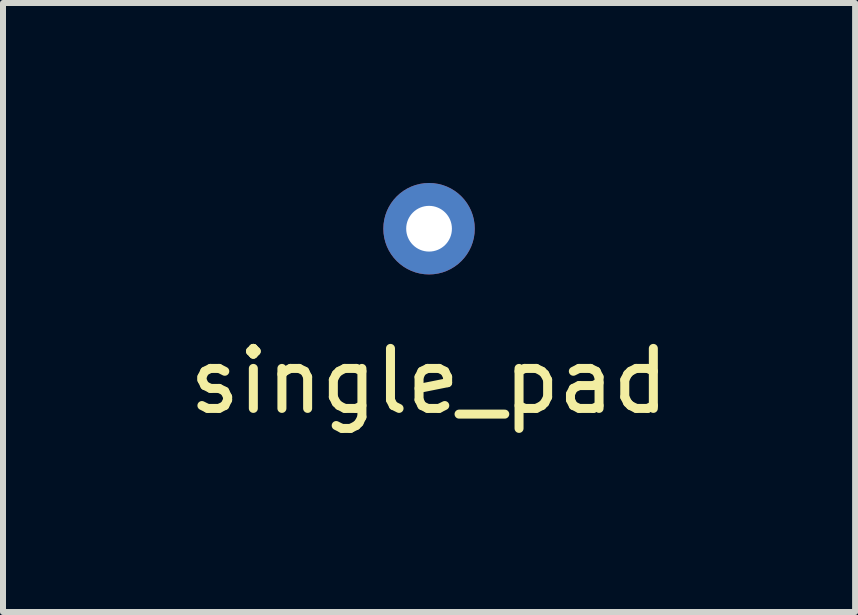
<source format=kicad_pcb>
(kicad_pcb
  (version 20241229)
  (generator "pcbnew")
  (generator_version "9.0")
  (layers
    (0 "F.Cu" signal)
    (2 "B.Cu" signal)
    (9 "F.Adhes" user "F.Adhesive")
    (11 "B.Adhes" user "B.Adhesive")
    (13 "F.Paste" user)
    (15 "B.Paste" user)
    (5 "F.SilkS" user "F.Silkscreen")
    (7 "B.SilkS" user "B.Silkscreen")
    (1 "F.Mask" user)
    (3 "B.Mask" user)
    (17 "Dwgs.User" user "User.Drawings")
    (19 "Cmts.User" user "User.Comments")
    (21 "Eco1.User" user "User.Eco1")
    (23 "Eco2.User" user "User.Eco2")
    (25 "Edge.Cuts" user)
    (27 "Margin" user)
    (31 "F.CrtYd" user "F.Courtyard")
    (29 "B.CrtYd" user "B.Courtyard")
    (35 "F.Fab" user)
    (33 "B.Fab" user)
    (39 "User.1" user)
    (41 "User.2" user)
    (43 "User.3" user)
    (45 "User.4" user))
  (footprint "single_pad"
    (layer "F.Cu")
    (at 4.101 0.762)
    (property "Reference" "single_pad" (at 0 2.54 0) (layer "F.SilkS") (effects (font (size 1 1) (thickness 0.15))))
    (attr through_hole)
    (pad "1" thru_hole circle (at 0 0) (size 1.524 1.524) (drill 0.762) (layers "*.Cu" "*.Mask")))
  (gr_rect
    (start -3 -3)
    (end 11.202 7.15)
    (stroke (width 0.1) (type default))
    (fill no)
    (layer "Edge.Cuts")))
</source>
